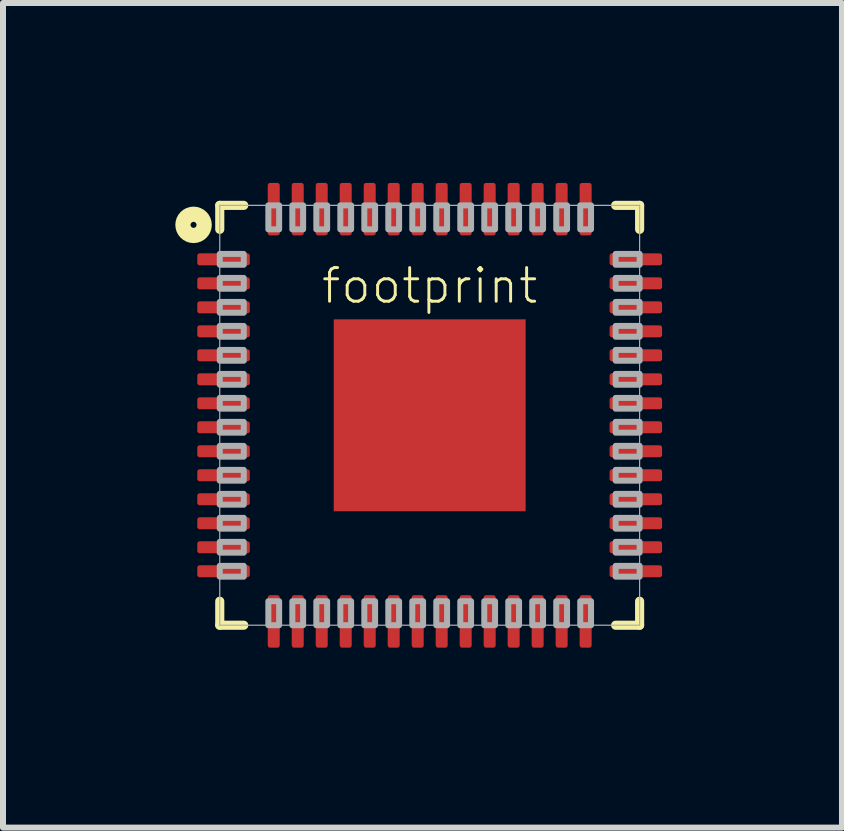
<source format=kicad_pcb>
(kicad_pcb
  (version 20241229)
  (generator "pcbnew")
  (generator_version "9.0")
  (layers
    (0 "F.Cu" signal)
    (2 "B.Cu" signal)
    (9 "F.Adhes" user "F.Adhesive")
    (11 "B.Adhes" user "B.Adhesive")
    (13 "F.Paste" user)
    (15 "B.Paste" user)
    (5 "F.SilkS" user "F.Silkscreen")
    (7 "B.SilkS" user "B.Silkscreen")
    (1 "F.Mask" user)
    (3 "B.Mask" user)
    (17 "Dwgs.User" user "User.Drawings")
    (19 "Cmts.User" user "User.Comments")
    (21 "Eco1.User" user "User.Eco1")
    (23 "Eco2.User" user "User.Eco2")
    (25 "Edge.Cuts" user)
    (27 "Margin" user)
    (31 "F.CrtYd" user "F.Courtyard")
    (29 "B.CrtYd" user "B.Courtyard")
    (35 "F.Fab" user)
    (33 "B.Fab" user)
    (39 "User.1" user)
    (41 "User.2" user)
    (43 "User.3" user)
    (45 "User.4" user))
  (footprint "footprint"
    (layer "F.Cu")
    (at 4.114 3.874)
    (property "Reference" "footprint" (at 0 -2.159 0) (layer "F.SilkS") (effects (font (size 0.561 0.561) (thickness 0.049))))
    (fp_line (start -3.5 -3.5) (end -3.5 -3.1) (stroke (width 0.152) (type solid)) (layer "F.SilkS"))
    (fp_line (start -3.5 3.5) (end -3.5 3.1) (stroke (width 0.152) (type solid)) (layer "F.SilkS"))
    (fp_line (start -3.1 -3.5) (end -3.5 -3.5) (stroke (width 0.152) (type solid)) (layer "F.SilkS"))
    (fp_line (start -3.1 3.5) (end -3.5 3.5) (stroke (width 0.152) (type solid)) (layer "F.SilkS"))
    (fp_line (start 3.1 3.5) (end 3.5 3.5) (stroke (width 0.152) (type solid)) (layer "F.SilkS"))
    (fp_line (start 3.5 -3.5) (end 3.1 -3.5) (stroke (width 0.152) (type solid)) (layer "F.SilkS"))
    (fp_line (start 3.5 -3.1) (end 3.5 -3.5) (stroke (width 0.152) (type solid)) (layer "F.SilkS"))
    (fp_line (start 3.5 3.1) (end 3.5 3.5) (stroke (width 0.152) (type solid)) (layer "F.SilkS"))
    (fp_circle (center -3.937 -3.175) (end -3.887 -3.175) (stroke (width 0.254) (type solid)) (fill no) (layer "F.SilkS"))
    (fp_poly (pts (xy -3.75 -2.5) (xy -3.1 -2.5) (xy -3.1 -2.7) (xy -3.75 -2.7)) (stroke (width 0) (type solid)) (fill yes) (layer "F.Paste"))
    (fp_poly (pts (xy -3.75 -2.1) (xy -3.1 -2.1) (xy -3.1 -2.3) (xy -3.75 -2.3)) (stroke (width 0) (type solid)) (fill yes) (layer "F.Paste"))
    (fp_poly (pts (xy -3.75 -1.7) (xy -3.1 -1.7) (xy -3.1 -1.9) (xy -3.75 -1.9)) (stroke (width 0) (type solid)) (fill yes) (layer "F.Paste"))
    (fp_poly (pts (xy -3.75 -1.3) (xy -3.1 -1.3) (xy -3.1 -1.5) (xy -3.75 -1.5)) (stroke (width 0) (type solid)) (fill yes) (layer "F.Paste"))
    (fp_poly (pts (xy -3.75 -0.9) (xy -3.1 -0.9) (xy -3.1 -1.1) (xy -3.75 -1.1)) (stroke (width 0) (type solid)) (fill yes) (layer "F.Paste"))
    (fp_poly (pts (xy -3.75 -0.5) (xy -3.1 -0.5) (xy -3.1 -0.7) (xy -3.75 -0.7)) (stroke (width 0) (type solid)) (fill yes) (layer "F.Paste"))
    (fp_poly (pts (xy -3.75 -0.1) (xy -3.1 -0.1) (xy -3.1 -0.3) (xy -3.75 -0.3)) (stroke (width 0) (type solid)) (fill yes) (layer "F.Paste"))
    (fp_poly (pts (xy -3.75 0.3) (xy -3.1 0.3) (xy -3.1 0.1) (xy -3.75 0.1)) (stroke (width 0) (type solid)) (fill yes) (layer "F.Paste"))
    (fp_poly (pts (xy -3.75 0.7) (xy -3.1 0.7) (xy -3.1 0.5) (xy -3.75 0.5)) (stroke (width 0) (type solid)) (fill yes) (layer "F.Paste"))
    (fp_poly (pts (xy -3.75 1.1) (xy -3.1 1.1) (xy -3.1 0.9) (xy -3.75 0.9)) (stroke (width 0) (type solid)) (fill yes) (layer "F.Paste"))
    (fp_poly (pts (xy -3.75 1.5) (xy -3.1 1.5) (xy -3.1 1.3) (xy -3.75 1.3)) (stroke (width 0) (type solid)) (fill yes) (layer "F.Paste"))
    (fp_poly (pts (xy -3.75 1.9) (xy -3.1 1.9) (xy -3.1 1.7) (xy -3.75 1.7)) (stroke (width 0) (type solid)) (fill yes) (layer "F.Paste"))
    (fp_poly (pts (xy -3.75 2.3) (xy -3.1 2.3) (xy -3.1 2.1) (xy -3.75 2.1)) (stroke (width 0) (type solid)) (fill yes) (layer "F.Paste"))
    (fp_poly (pts (xy -3.75 2.7) (xy -3.1 2.7) (xy -3.1 2.5) (xy -3.75 2.5)) (stroke (width 0) (type solid)) (fill yes) (layer "F.Paste"))
    (fp_poly (pts (xy -2.7 -3.75) (xy -2.7 -3.1) (xy -2.5 -3.1) (xy -2.5 -3.75)) (stroke (width 0) (type solid)) (fill yes) (layer "F.Paste"))
    (fp_poly (pts (xy -2.5 3.75) (xy -2.5 3.1) (xy -2.7 3.1) (xy -2.7 3.75)) (stroke (width 0) (type solid)) (fill yes) (layer "F.Paste"))
    (fp_poly (pts (xy -2.3 -3.75) (xy -2.3 -3.1) (xy -2.1 -3.1) (xy -2.1 -3.75)) (stroke (width 0) (type solid)) (fill yes) (layer "F.Paste"))
    (fp_poly (pts (xy -2.1 3.75) (xy -2.1 3.1) (xy -2.3 3.1) (xy -2.3 3.75)) (stroke (width 0) (type solid)) (fill yes) (layer "F.Paste"))
    (fp_poly (pts (xy -1.9 -3.75) (xy -1.9 -3.1) (xy -1.7 -3.1) (xy -1.7 -3.75)) (stroke (width 0) (type solid)) (fill yes) (layer "F.Paste"))
    (fp_poly (pts (xy -1.7 3.75) (xy -1.7 3.1) (xy -1.9 3.1) (xy -1.9 3.75)) (stroke (width 0) (type solid)) (fill yes) (layer "F.Paste"))
    (fp_poly (pts (xy -1.5 -3.75) (xy -1.5 -3.1) (xy -1.3 -3.1) (xy -1.3 -3.75)) (stroke (width 0) (type solid)) (fill yes) (layer "F.Paste"))
    (fp_poly (pts (xy -1.3 -0.7) (xy -0.7 -0.7) (xy -0.7 -1.3) (xy -1.3 -1.3)) (stroke (width 0) (type solid)) (fill yes) (layer "F.Paste"))
    (fp_poly (pts (xy -1.3 1.3) (xy -0.7 1.3) (xy -0.7 0.7) (xy -1.3 0.7)) (stroke (width 0) (type solid)) (fill yes) (layer "F.Paste"))
    (fp_poly (pts (xy -1.3 3.75) (xy -1.3 3.1) (xy -1.5 3.1) (xy -1.5 3.75)) (stroke (width 0) (type solid)) (fill yes) (layer "F.Paste"))
    (fp_poly (pts (xy -1.1 -3.75) (xy -1.1 -3.1) (xy -0.9 -3.1) (xy -0.9 -3.75)) (stroke (width 0) (type solid)) (fill yes) (layer "F.Paste"))
    (fp_poly (pts (xy -0.9 3.75) (xy -0.9 3.1) (xy -1.1 3.1) (xy -1.1 3.75)) (stroke (width 0) (type solid)) (fill yes) (layer "F.Paste"))
    (fp_poly (pts (xy -0.7 -3.75) (xy -0.7 -3.1) (xy -0.5 -3.1) (xy -0.5 -3.75)) (stroke (width 0) (type solid)) (fill yes) (layer "F.Paste"))
    (fp_poly (pts (xy -0.5 3.75) (xy -0.5 3.1) (xy -0.7 3.1) (xy -0.7 3.75)) (stroke (width 0) (type solid)) (fill yes) (layer "F.Paste"))
    (fp_poly (pts (xy -0.3 -3.75) (xy -0.3 -3.1) (xy -0.1 -3.1) (xy -0.1 -3.75)) (stroke (width 0) (type solid)) (fill yes) (layer "F.Paste"))
    (fp_poly (pts (xy -0.3 0.3) (xy 0.3 0.3) (xy 0.3 -0.3) (xy -0.3 -0.3)) (stroke (width 0) (type solid)) (fill yes) (layer "F.Paste"))
    (fp_poly (pts (xy -0.1 3.75) (xy -0.1 3.1) (xy -0.3 3.1) (xy -0.3 3.75)) (stroke (width 0) (type solid)) (fill yes) (layer "F.Paste"))
    (fp_poly (pts (xy 0.1 -3.75) (xy 0.1 -3.1) (xy 0.3 -3.1) (xy 0.3 -3.75)) (stroke (width 0) (type solid)) (fill yes) (layer "F.Paste"))
    (fp_poly (pts (xy 0.3 3.75) (xy 0.3 3.1) (xy 0.1 3.1) (xy 0.1 3.75)) (stroke (width 0) (type solid)) (fill yes) (layer "F.Paste"))
    (fp_poly (pts (xy 0.5 -3.75) (xy 0.5 -3.1) (xy 0.7 -3.1) (xy 0.7 -3.75)) (stroke (width 0) (type solid)) (fill yes) (layer "F.Paste"))
    (fp_poly (pts (xy 0.7 -0.7) (xy 1.3 -0.7) (xy 1.3 -1.3) (xy 0.7 -1.3)) (stroke (width 0) (type solid)) (fill yes) (layer "F.Paste"))
    (fp_poly (pts (xy 0.7 1.3) (xy 1.3 1.3) (xy 1.3 0.7) (xy 0.7 0.7)) (stroke (width 0) (type solid)) (fill yes) (layer "F.Paste"))
    (fp_poly (pts (xy 0.7 3.75) (xy 0.7 3.1) (xy 0.5 3.1) (xy 0.5 3.75)) (stroke (width 0) (type solid)) (fill yes) (layer "F.Paste"))
    (fp_poly (pts (xy 0.9 -3.75) (xy 0.9 -3.1) (xy 1.1 -3.1) (xy 1.1 -3.75)) (stroke (width 0) (type solid)) (fill yes) (layer "F.Paste"))
    (fp_poly (pts (xy 1.1 3.75) (xy 1.1 3.1) (xy 0.9 3.1) (xy 0.9 3.75)) (stroke (width 0) (type solid)) (fill yes) (layer "F.Paste"))
    (fp_poly (pts (xy 1.3 -3.75) (xy 1.3 -3.1) (xy 1.5 -3.1) (xy 1.5 -3.75)) (stroke (width 0) (type solid)) (fill yes) (layer "F.Paste"))
    (fp_poly (pts (xy 1.5 3.75) (xy 1.5 3.1) (xy 1.3 3.1) (xy 1.3 3.75)) (stroke (width 0) (type solid)) (fill yes) (layer "F.Paste"))
    (fp_poly (pts (xy 1.7 -3.75) (xy 1.7 -3.1) (xy 1.9 -3.1) (xy 1.9 -3.75)) (stroke (width 0) (type solid)) (fill yes) (layer "F.Paste"))
    (fp_poly (pts (xy 1.9 3.75) (xy 1.9 3.1) (xy 1.7 3.1) (xy 1.7 3.75)) (stroke (width 0) (type solid)) (fill yes) (layer "F.Paste"))
    (fp_poly (pts (xy 2.1 -3.75) (xy 2.1 -3.1) (xy 2.3 -3.1) (xy 2.3 -3.75)) (stroke (width 0) (type solid)) (fill yes) (layer "F.Paste"))
    (fp_poly (pts (xy 2.3 3.75) (xy 2.3 3.1) (xy 2.1 3.1) (xy 2.1 3.75)) (stroke (width 0) (type solid)) (fill yes) (layer "F.Paste"))
    (fp_poly (pts (xy 2.5 -3.75) (xy 2.5 -3.1) (xy 2.7 -3.1) (xy 2.7 -3.75)) (stroke (width 0) (type solid)) (fill yes) (layer "F.Paste"))
    (fp_poly (pts (xy 2.7 3.75) (xy 2.7 3.1) (xy 2.5 3.1) (xy 2.5 3.75)) (stroke (width 0) (type solid)) (fill yes) (layer "F.Paste"))
    (fp_poly (pts (xy 3.75 -2.7) (xy 3.1 -2.7) (xy 3.1 -2.5) (xy 3.75 -2.5)) (stroke (width 0) (type solid)) (fill yes) (layer "F.Paste"))
    (fp_poly (pts (xy 3.75 -2.3) (xy 3.1 -2.3) (xy 3.1 -2.1) (xy 3.75 -2.1)) (stroke (width 0) (type solid)) (fill yes) (layer "F.Paste"))
    (fp_poly (pts (xy 3.75 -1.9) (xy 3.1 -1.9) (xy 3.1 -1.7) (xy 3.75 -1.7)) (stroke (width 0) (type solid)) (fill yes) (layer "F.Paste"))
    (fp_poly (pts (xy 3.75 -1.5) (xy 3.1 -1.5) (xy 3.1 -1.3) (xy 3.75 -1.3)) (stroke (width 0) (type solid)) (fill yes) (layer "F.Paste"))
    (fp_poly (pts (xy 3.75 -1.1) (xy 3.1 -1.1) (xy 3.1 -0.9) (xy 3.75 -0.9)) (stroke (width 0) (type solid)) (fill yes) (layer "F.Paste"))
    (fp_poly (pts (xy 3.75 -0.7) (xy 3.1 -0.7) (xy 3.1 -0.5) (xy 3.75 -0.5)) (stroke (width 0) (type solid)) (fill yes) (layer "F.Paste"))
    (fp_poly (pts (xy 3.75 -0.3) (xy 3.1 -0.3) (xy 3.1 -0.1) (xy 3.75 -0.1)) (stroke (width 0) (type solid)) (fill yes) (layer "F.Paste"))
    (fp_poly (pts (xy 3.75 0.1) (xy 3.1 0.1) (xy 3.1 0.3) (xy 3.75 0.3)) (stroke (width 0) (type solid)) (fill yes) (layer "F.Paste"))
    (fp_poly (pts (xy 3.75 0.5) (xy 3.1 0.5) (xy 3.1 0.7) (xy 3.75 0.7)) (stroke (width 0) (type solid)) (fill yes) (layer "F.Paste"))
    (fp_poly (pts (xy 3.75 0.9) (xy 3.1 0.9) (xy 3.1 1.1) (xy 3.75 1.1)) (stroke (width 0) (type solid)) (fill yes) (layer "F.Paste"))
    (fp_poly (pts (xy 3.75 1.3) (xy 3.1 1.3) (xy 3.1 1.5) (xy 3.75 1.5)) (stroke (width 0) (type solid)) (fill yes) (layer "F.Paste"))
    (fp_poly (pts (xy 3.75 1.7) (xy 3.1 1.7) (xy 3.1 1.9) (xy 3.75 1.9)) (stroke (width 0) (type solid)) (fill yes) (layer "F.Paste"))
    (fp_poly (pts (xy 3.75 2.1) (xy 3.1 2.1) (xy 3.1 2.3) (xy 3.75 2.3)) (stroke (width 0) (type solid)) (fill yes) (layer "F.Paste"))
    (fp_poly (pts (xy 3.75 2.5) (xy 3.1 2.5) (xy 3.1 2.7) (xy 3.75 2.7)) (stroke (width 0) (type solid)) (fill yes) (layer "F.Paste"))
    (fp_line (start -3.5 -3.5) (end -3.5 3.5) (stroke (width 0.02) (type solid)) (layer "F.Fab"))
    (fp_line (start -3.5 3.5) (end 3.5 3.5) (stroke (width 0.02) (type solid)) (layer "F.Fab"))
    (fp_line (start 3.5 -3.5) (end -3.5 -3.5) (stroke (width 0.02) (type solid)) (layer "F.Fab"))
    (fp_line (start 3.5 3.5) (end 3.5 -3.5) (stroke (width 0.02) (type solid)) (layer "F.Fab"))
    (fp_poly (pts (xy -3.5 -2.51) (xy -3.1 -2.51) (xy -3.1 -2.69) (xy -3.5 -2.69)) (stroke (width 0.1) (type solid)) (fill no) (layer "F.Fab"))
    (fp_poly (pts (xy -3.5 -2.11) (xy -3.1 -2.11) (xy -3.1 -2.29) (xy -3.5 -2.29)) (stroke (width 0.1) (type solid)) (fill no) (layer "F.Fab"))
    (fp_poly (pts (xy -3.5 -1.71) (xy -3.1 -1.71) (xy -3.1 -1.89) (xy -3.5 -1.89)) (stroke (width 0.1) (type solid)) (fill no) (layer "F.Fab"))
    (fp_poly (pts (xy -3.5 -1.31) (xy -3.1 -1.31) (xy -3.1 -1.49) (xy -3.5 -1.49)) (stroke (width 0.1) (type solid)) (fill no) (layer "F.Fab"))
    (fp_poly (pts (xy -3.5 -0.91) (xy -3.1 -0.91) (xy -3.1 -1.09) (xy -3.5 -1.09)) (stroke (width 0.1) (type solid)) (fill no) (layer "F.Fab"))
    (fp_poly (pts (xy -3.5 -0.51) (xy -3.1 -0.51) (xy -3.1 -0.69) (xy -3.5 -0.69)) (stroke (width 0.1) (type solid)) (fill no) (layer "F.Fab"))
    (fp_poly (pts (xy -3.5 -0.11) (xy -3.1 -0.11) (xy -3.1 -0.29) (xy -3.5 -0.29)) (stroke (width 0.1) (type solid)) (fill no) (layer "F.Fab"))
    (fp_poly (pts (xy -3.5 0.29) (xy -3.1 0.29) (xy -3.1 0.11) (xy -3.5 0.11)) (stroke (width 0.1) (type solid)) (fill no) (layer "F.Fab"))
    (fp_poly (pts (xy -3.5 0.69) (xy -3.1 0.69) (xy -3.1 0.51) (xy -3.5 0.51)) (stroke (width 0.1) (type solid)) (fill no) (layer "F.Fab"))
    (fp_poly (pts (xy -3.5 1.09) (xy -3.1 1.09) (xy -3.1 0.91) (xy -3.5 0.91)) (stroke (width 0.1) (type solid)) (fill no) (layer "F.Fab"))
    (fp_poly (pts (xy -3.5 1.49) (xy -3.1 1.49) (xy -3.1 1.31) (xy -3.5 1.31)) (stroke (width 0.1) (type solid)) (fill no) (layer "F.Fab"))
    (fp_poly (pts (xy -3.5 1.89) (xy -3.1 1.89) (xy -3.1 1.71) (xy -3.5 1.71)) (stroke (width 0.1) (type solid)) (fill no) (layer "F.Fab"))
    (fp_poly (pts (xy -3.5 2.29) (xy -3.1 2.29) (xy -3.1 2.11) (xy -3.5 2.11)) (stroke (width 0.1) (type solid)) (fill no) (layer "F.Fab"))
    (fp_poly (pts (xy -3.5 2.69) (xy -3.1 2.69) (xy -3.1 2.51) (xy -3.5 2.51)) (stroke (width 0.1) (type solid)) (fill no) (layer "F.Fab"))
    (fp_poly (pts (xy -2.69 -3.5) (xy -2.69 -3.1) (xy -2.51 -3.1) (xy -2.51 -3.5)) (stroke (width 0.1) (type solid)) (fill no) (layer "F.Fab"))
    (fp_poly (pts (xy -2.51 3.5) (xy -2.51 3.1) (xy -2.69 3.1) (xy -2.69 3.5)) (stroke (width 0.1) (type solid)) (fill no) (layer "F.Fab"))
    (fp_poly (pts (xy -2.29 -3.5) (xy -2.29 -3.1) (xy -2.11 -3.1) (xy -2.11 -3.5)) (stroke (width 0.1) (type solid)) (fill no) (layer "F.Fab"))
    (fp_poly (pts (xy -2.11 3.5) (xy -2.11 3.1) (xy -2.29 3.1) (xy -2.29 3.5)) (stroke (width 0.1) (type solid)) (fill no) (layer "F.Fab"))
    (fp_poly (pts (xy -1.89 -3.5) (xy -1.89 -3.1) (xy -1.71 -3.1) (xy -1.71 -3.5)) (stroke (width 0.1) (type solid)) (fill no) (layer "F.Fab"))
    (fp_poly (pts (xy -1.71 3.5) (xy -1.71 3.1) (xy -1.89 3.1) (xy -1.89 3.5)) (stroke (width 0.1) (type solid)) (fill no) (layer "F.Fab"))
    (fp_poly (pts (xy -1.49 -3.5) (xy -1.49 -3.1) (xy -1.31 -3.1) (xy -1.31 -3.5)) (stroke (width 0.1) (type solid)) (fill no) (layer "F.Fab"))
    (fp_poly (pts (xy -1.31 3.5) (xy -1.31 3.1) (xy -1.49 3.1) (xy -1.49 3.5)) (stroke (width 0.1) (type solid)) (fill no) (layer "F.Fab"))
    (fp_poly (pts (xy -1.09 -3.5) (xy -1.09 -3.1) (xy -0.91 -3.1) (xy -0.91 -3.5)) (stroke (width 0.1) (type solid)) (fill no) (layer "F.Fab"))
    (fp_poly (pts (xy -0.91 3.5) (xy -0.91 3.1) (xy -1.09 3.1) (xy -1.09 3.5)) (stroke (width 0.1) (type solid)) (fill no) (layer "F.Fab"))
    (fp_poly (pts (xy -0.69 -3.5) (xy -0.69 -3.1) (xy -0.51 -3.1) (xy -0.51 -3.5)) (stroke (width 0.1) (type solid)) (fill no) (layer "F.Fab"))
    (fp_poly (pts (xy -0.51 3.5) (xy -0.51 3.1) (xy -0.69 3.1) (xy -0.69 3.5)) (stroke (width 0.1) (type solid)) (fill no) (layer "F.Fab"))
    (fp_poly (pts (xy -0.29 -3.5) (xy -0.29 -3.1) (xy -0.11 -3.1) (xy -0.11 -3.5)) (stroke (width 0.1) (type solid)) (fill no) (layer "F.Fab"))
    (fp_poly (pts (xy -0.11 3.5) (xy -0.11 3.1) (xy -0.29 3.1) (xy -0.29 3.5)) (stroke (width 0.1) (type solid)) (fill no) (layer "F.Fab"))
    (fp_poly (pts (xy 0.11 -3.5) (xy 0.11 -3.1) (xy 0.29 -3.1) (xy 0.29 -3.5)) (stroke (width 0.1) (type solid)) (fill no) (layer "F.Fab"))
    (fp_poly (pts (xy 0.29 3.5) (xy 0.29 3.1) (xy 0.11 3.1) (xy 0.11 3.5)) (stroke (width 0.1) (type solid)) (fill no) (layer "F.Fab"))
    (fp_poly (pts (xy 0.51 -3.5) (xy 0.51 -3.1) (xy 0.69 -3.1) (xy 0.69 -3.5)) (stroke (width 0.1) (type solid)) (fill no) (layer "F.Fab"))
    (fp_poly (pts (xy 0.69 3.5) (xy 0.69 3.1) (xy 0.51 3.1) (xy 0.51 3.5)) (stroke (width 0.1) (type solid)) (fill no) (layer "F.Fab"))
    (fp_poly (pts (xy 0.91 -3.5) (xy 0.91 -3.1) (xy 1.09 -3.1) (xy 1.09 -3.5)) (stroke (width 0.1) (type solid)) (fill no) (layer "F.Fab"))
    (fp_poly (pts (xy 1.09 3.5) (xy 1.09 3.1) (xy 0.91 3.1) (xy 0.91 3.5)) (stroke (width 0.1) (type solid)) (fill no) (layer "F.Fab"))
    (fp_poly (pts (xy 1.31 -3.5) (xy 1.31 -3.1) (xy 1.49 -3.1) (xy 1.49 -3.5)) (stroke (width 0.1) (type solid)) (fill no) (layer "F.Fab"))
    (fp_poly (pts (xy 1.49 3.5) (xy 1.49 3.1) (xy 1.31 3.1) (xy 1.31 3.5)) (stroke (width 0.1) (type solid)) (fill no) (layer "F.Fab"))
    (fp_poly (pts (xy 1.71 -3.5) (xy 1.71 -3.1) (xy 1.89 -3.1) (xy 1.89 -3.5)) (stroke (width 0.1) (type solid)) (fill no) (layer "F.Fab"))
    (fp_poly (pts (xy 1.89 3.5) (xy 1.89 3.1) (xy 1.71 3.1) (xy 1.71 3.5)) (stroke (width 0.1) (type solid)) (fill no) (layer "F.Fab"))
    (fp_poly (pts (xy 2.11 -3.5) (xy 2.11 -3.1) (xy 2.29 -3.1) (xy 2.29 -3.5)) (stroke (width 0.1) (type solid)) (fill no) (layer "F.Fab"))
    (fp_poly (pts (xy 2.29 3.5) (xy 2.29 3.1) (xy 2.11 3.1) (xy 2.11 3.5)) (stroke (width 0.1) (type solid)) (fill no) (layer "F.Fab"))
    (fp_poly (pts (xy 2.51 -3.5) (xy 2.51 -3.1) (xy 2.69 -3.1) (xy 2.69 -3.5)) (stroke (width 0.1) (type solid)) (fill no) (layer "F.Fab"))
    (fp_poly (pts (xy 2.69 3.5) (xy 2.69 3.1) (xy 2.51 3.1) (xy 2.51 3.5)) (stroke (width 0.1) (type solid)) (fill no) (layer "F.Fab"))
    (fp_poly (pts (xy 3.5 -2.69) (xy 3.1 -2.69) (xy 3.1 -2.51) (xy 3.5 -2.51)) (stroke (width 0.1) (type solid)) (fill no) (layer "F.Fab"))
    (fp_poly (pts (xy 3.5 -2.29) (xy 3.1 -2.29) (xy 3.1 -2.11) (xy 3.5 -2.11)) (stroke (width 0.1) (type solid)) (fill no) (layer "F.Fab"))
    (fp_poly (pts (xy 3.5 -1.89) (xy 3.1 -1.89) (xy 3.1 -1.71) (xy 3.5 -1.71)) (stroke (width 0.1) (type solid)) (fill no) (layer "F.Fab"))
    (fp_poly (pts (xy 3.5 -1.49) (xy 3.1 -1.49) (xy 3.1 -1.31) (xy 3.5 -1.31)) (stroke (width 0.1) (type solid)) (fill no) (layer "F.Fab"))
    (fp_poly (pts (xy 3.5 -1.09) (xy 3.1 -1.09) (xy 3.1 -0.91) (xy 3.5 -0.91)) (stroke (width 0.1) (type solid)) (fill no) (layer "F.Fab"))
    (fp_poly (pts (xy 3.5 -0.69) (xy 3.1 -0.69) (xy 3.1 -0.51) (xy 3.5 -0.51)) (stroke (width 0.1) (type solid)) (fill no) (layer "F.Fab"))
    (fp_poly (pts (xy 3.5 -0.29) (xy 3.1 -0.29) (xy 3.1 -0.11) (xy 3.5 -0.11)) (stroke (width 0.1) (type solid)) (fill no) (layer "F.Fab"))
    (fp_poly (pts (xy 3.5 0.11) (xy 3.1 0.11) (xy 3.1 0.29) (xy 3.5 0.29)) (stroke (width 0.1) (type solid)) (fill no) (layer "F.Fab"))
    (fp_poly (pts (xy 3.5 0.51) (xy 3.1 0.51) (xy 3.1 0.69) (xy 3.5 0.69)) (stroke (width 0.1) (type solid)) (fill no) (layer "F.Fab"))
    (fp_poly (pts (xy 3.5 0.91) (xy 3.1 0.91) (xy 3.1 1.09) (xy 3.5 1.09)) (stroke (width 0.1) (type solid)) (fill no) (layer "F.Fab"))
    (fp_poly (pts (xy 3.5 1.31) (xy 3.1 1.31) (xy 3.1 1.49) (xy 3.5 1.49)) (stroke (width 0.1) (type solid)) (fill no) (layer "F.Fab"))
    (fp_poly (pts (xy 3.5 1.71) (xy 3.1 1.71) (xy 3.1 1.89) (xy 3.5 1.89)) (stroke (width 0.1) (type solid)) (fill no) (layer "F.Fab"))
    (fp_poly (pts (xy 3.5 2.11) (xy 3.1 2.11) (xy 3.1 2.29) (xy 3.5 2.29)) (stroke (width 0.1) (type solid)) (fill no) (layer "F.Fab"))
    (fp_poly (pts (xy 3.5 2.51) (xy 3.1 2.51) (xy 3.1 2.69) (xy 3.5 2.69)) (stroke (width 0.1) (type solid)) (fill no) (layer "F.Fab"))
    (pad "1" smd roundrect (at -3.437 -2.6 180) (size 0.875 0.2) (layers "F.Cu" "F.Mask") (roundrect_rratio 0.2))
    (pad "2" smd roundrect (at -3.437 -2.2 180) (size 0.875 0.2) (layers "F.Cu" "F.Mask") (roundrect_rratio 0.2))
    (pad "3" smd roundrect (at -3.437 -1.8 180) (size 0.875 0.2) (layers "F.Cu" "F.Mask") (roundrect_rratio 0.2))
    (pad "4" smd roundrect (at -3.437 -1.4 180) (size 0.875 0.2) (layers "F.Cu" "F.Mask") (roundrect_rratio 0.2))
    (pad "5" smd roundrect (at -3.437 -1 180) (size 0.875 0.2) (layers "F.Cu" "F.Mask") (roundrect_rratio 0.2))
    (pad "6" smd roundrect (at -3.437 -0.6 180) (size 0.875 0.2) (layers "F.Cu" "F.Mask") (roundrect_rratio 0.2))
    (pad "7" smd roundrect (at -3.437 -0.2) (size 0.875 0.2) (layers "F.Cu" "F.Mask") (roundrect_rratio 0.2))
    (pad "8" smd roundrect (at -3.437 0.2 180) (size 0.875 0.2) (layers "F.Cu" "F.Mask") (roundrect_rratio 0.2))
    (pad "9" smd roundrect (at -3.437 0.6 180) (size 0.875 0.2) (layers "F.Cu" "F.Mask") (roundrect_rratio 0.2))
    (pad "10" smd roundrect (at -3.437 1 180) (size 0.875 0.2) (layers "F.Cu" "F.Mask") (roundrect_rratio 0.2))
    (pad "11" smd roundrect (at -3.437 1.4 180) (size 0.875 0.2) (layers "F.Cu" "F.Mask") (roundrect_rratio 0.2))
    (pad "12" smd roundrect (at -3.437 1.8 180) (size 0.875 0.2) (layers "F.Cu" "F.Mask") (roundrect_rratio 0.2))
    (pad "13" smd roundrect (at -3.437 2.2 180) (size 0.875 0.2) (layers "F.Cu" "F.Mask") (roundrect_rratio 0.2))
    (pad "14" smd roundrect (at -3.437 2.6) (size 0.875 0.2) (layers "F.Cu" "F.Mask") (roundrect_rratio 0.2))
    (pad "15" smd roundrect (at -2.6 3.437 270) (size 0.875 0.2) (layers "F.Cu" "F.Mask") (roundrect_rratio 0.2))
    (pad "16" smd roundrect (at -2.2 3.437 270) (size 0.875 0.2) (layers "F.Cu" "F.Mask") (roundrect_rratio 0.2))
    (pad "17" smd roundrect (at -1.8 3.437 270) (size 0.875 0.2) (layers "F.Cu" "F.Mask") (roundrect_rratio 0.2))
    (pad "18" smd roundrect (at -1.4 3.437 270) (size 0.875 0.2) (layers "F.Cu" "F.Mask") (roundrect_rratio 0.2))
    (pad "19" smd roundrect (at -1 3.437 270) (size 0.875 0.2) (layers "F.Cu" "F.Mask") (roundrect_rratio 0.2))
    (pad "20" smd roundrect (at -0.6 3.437 270) (size 0.875 0.2) (layers "F.Cu" "F.Mask") (roundrect_rratio 0.2))
    (pad "21" smd roundrect (at -0.2 3.437 90) (size 0.875 0.2) (layers "F.Cu" "F.Mask") (roundrect_rratio 0.2))
    (pad "22" smd roundrect (at 0.2 3.437 270) (size 0.875 0.2) (layers "F.Cu" "F.Mask") (roundrect_rratio 0.2))
    (pad "23" smd roundrect (at 0.6 3.437 270) (size 0.875 0.2) (layers "F.Cu" "F.Mask") (roundrect_rratio 0.2))
    (pad "24" smd roundrect (at 1 3.437 270) (size 0.875 0.2) (layers "F.Cu" "F.Mask") (roundrect_rratio 0.2))
    (pad "25" smd roundrect (at 1.4 3.437 270) (size 0.875 0.2) (layers "F.Cu" "F.Mask") (roundrect_rratio 0.2))
    (pad "26" smd roundrect (at 1.8 3.437 270) (size 0.875 0.2) (layers "F.Cu" "F.Mask") (roundrect_rratio 0.2))
    (pad "27" smd roundrect (at 2.2 3.437 270) (size 0.875 0.2) (layers "F.Cu" "F.Mask") (roundrect_rratio 0.2))
    (pad "28" smd roundrect (at 2.6 3.437 90) (size 0.875 0.2) (layers "F.Cu" "F.Mask") (roundrect_rratio 0.2))
    (pad "29" smd roundrect (at 3.437 2.6) (size 0.875 0.2) (layers "F.Cu" "F.Mask") (roundrect_rratio 0.2))
    (pad "30" smd roundrect (at 3.437 2.2) (size 0.875 0.2) (layers "F.Cu" "F.Mask") (roundrect_rratio 0.2))
    (pad "31" smd roundrect (at 3.437 1.8) (size 0.875 0.2) (layers "F.Cu" "F.Mask") (roundrect_rratio 0.2))
    (pad "32" smd roundrect (at 3.437 1.4) (size 0.875 0.2) (layers "F.Cu" "F.Mask") (roundrect_rratio 0.2))
    (pad "33" smd roundrect (at 3.437 1) (size 0.875 0.2) (layers "F.Cu" "F.Mask") (roundrect_rratio 0.2))
    (pad "34" smd roundrect (at 3.437 0.6) (size 0.875 0.2) (layers "F.Cu" "F.Mask") (roundrect_rratio 0.2))
    (pad "35" smd roundrect (at 3.437 0.2 180) (size 0.875 0.2) (layers "F.Cu" "F.Mask") (roundrect_rratio 0.2))
    (pad "36" smd roundrect (at 3.437 -0.2) (size 0.875 0.2) (layers "F.Cu" "F.Mask") (roundrect_rratio 0.2))
    (pad "37" smd roundrect (at 3.437 -0.6) (size 0.875 0.2) (layers "F.Cu" "F.Mask") (roundrect_rratio 0.2))
    (pad "38" smd roundrect (at 3.437 -1) (size 0.875 0.2) (layers "F.Cu" "F.Mask") (roundrect_rratio 0.2))
    (pad "39" smd roundrect (at 3.437 -1.4) (size 0.875 0.2) (layers "F.Cu" "F.Mask") (roundrect_rratio 0.2))
    (pad "40" smd roundrect (at 3.437 -1.8) (size 0.875 0.2) (layers "F.Cu" "F.Mask") (roundrect_rratio 0.2))
    (pad "41" smd roundrect (at 3.437 -2.2) (size 0.875 0.2) (layers "F.Cu" "F.Mask") (roundrect_rratio 0.2))
    (pad "42" smd roundrect (at 3.437 -2.6 180) (size 0.875 0.2) (layers "F.Cu" "F.Mask") (roundrect_rratio 0.2))
    (pad "43" smd roundrect (at 2.6 -3.437 90) (size 0.875 0.2) (layers "F.Cu" "F.Mask") (roundrect_rratio 0.2))
    (pad "44" smd roundrect (at 2.2 -3.437 90) (size 0.875 0.2) (layers "F.Cu" "F.Mask") (roundrect_rratio 0.2))
    (pad "45" smd roundrect (at 1.8 -3.437 90) (size 0.875 0.2) (layers "F.Cu" "F.Mask") (roundrect_rratio 0.2))
    (pad "46" smd roundrect (at 1.4 -3.437 90) (size 0.875 0.2) (layers "F.Cu" "F.Mask") (roundrect_rratio 0.2))
    (pad "47" smd roundrect (at 1 -3.437 90) (size 0.875 0.2) (layers "F.Cu" "F.Mask") (roundrect_rratio 0.2))
    (pad "48" smd roundrect (at 0.6 -3.437 90) (size 0.875 0.2) (layers "F.Cu" "F.Mask") (roundrect_rratio 0.2))
    (pad "49" smd roundrect (at 0.2 -3.437 270) (size 0.875 0.2) (layers "F.Cu" "F.Mask") (roundrect_rratio 0.2))
    (pad "50" smd roundrect (at -0.2 -3.437 90) (size 0.875 0.2) (layers "F.Cu" "F.Mask") (roundrect_rratio 0.2))
    (pad "51" smd roundrect (at -0.6 -3.437 90) (size 0.875 0.2) (layers "F.Cu" "F.Mask") (roundrect_rratio 0.2))
    (pad "52" smd roundrect (at -1 -3.437 90) (size 0.875 0.2) (layers "F.Cu" "F.Mask") (roundrect_rratio 0.2))
    (pad "53" smd roundrect (at -1.4 -3.437 90) (size 0.875 0.2) (layers "F.Cu" "F.Mask") (roundrect_rratio 0.2))
    (pad "54" smd roundrect (at -1.8 -3.437 90) (size 0.875 0.2) (layers "F.Cu" "F.Mask") (roundrect_rratio 0.2))
    (pad "55" smd roundrect (at -2.2 -3.437 90) (size 0.875 0.2) (layers "F.Cu" "F.Mask") (roundrect_rratio 0.2))
    (pad "56" smd roundrect (at -2.6 -3.437 270) (size 0.875 0.2) (layers "F.Cu" "F.Mask") (roundrect_rratio 0.2))
    (pad "EPAD" smd rect (at 0 0) (size 3.2 3.2) (layers "F.Cu" "F.Mask")))
  (gr_rect
    (start -3 -3)
    (end 10.988 10.748)
    (stroke (width 0.1) (type default))
    (fill no)
    (layer "Edge.Cuts")))
</source>
